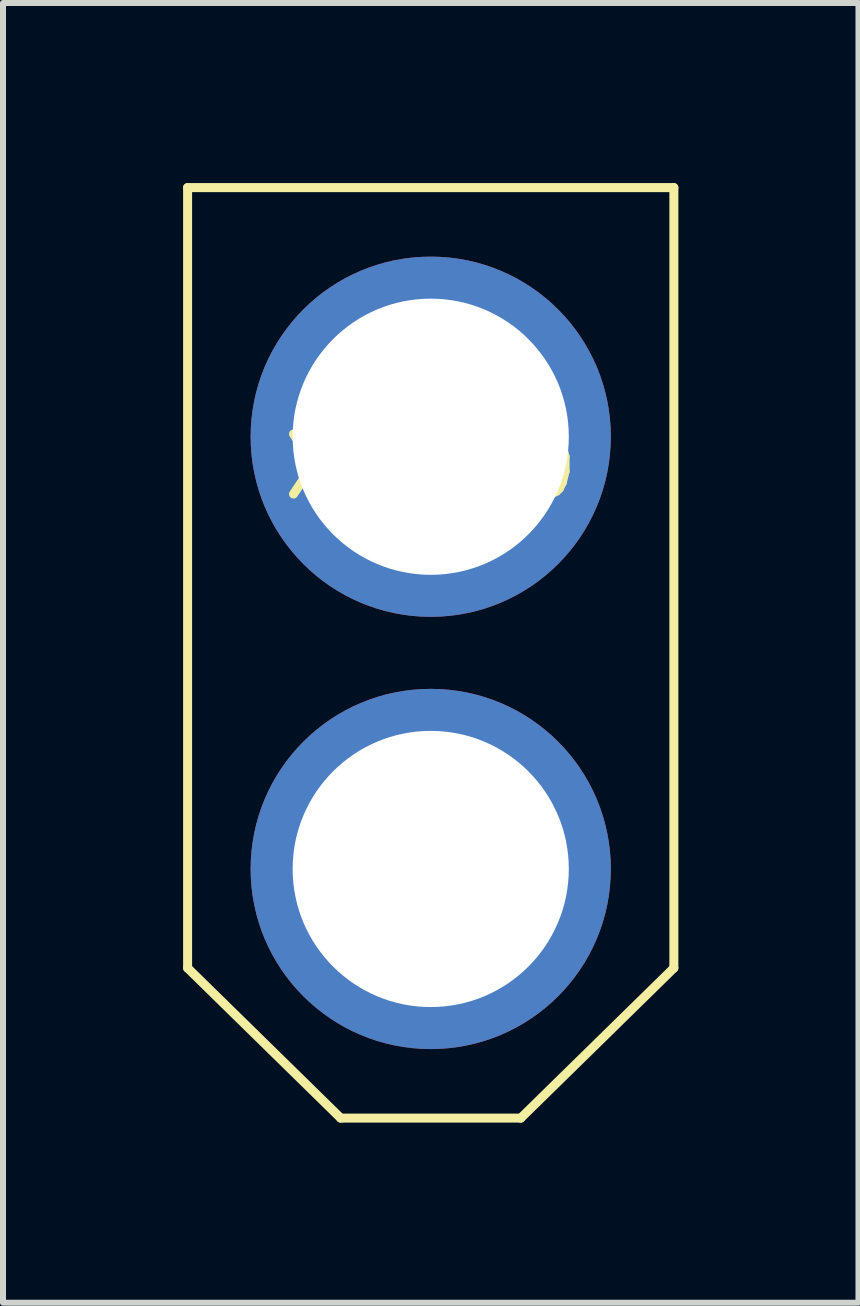
<source format=kicad_pcb>
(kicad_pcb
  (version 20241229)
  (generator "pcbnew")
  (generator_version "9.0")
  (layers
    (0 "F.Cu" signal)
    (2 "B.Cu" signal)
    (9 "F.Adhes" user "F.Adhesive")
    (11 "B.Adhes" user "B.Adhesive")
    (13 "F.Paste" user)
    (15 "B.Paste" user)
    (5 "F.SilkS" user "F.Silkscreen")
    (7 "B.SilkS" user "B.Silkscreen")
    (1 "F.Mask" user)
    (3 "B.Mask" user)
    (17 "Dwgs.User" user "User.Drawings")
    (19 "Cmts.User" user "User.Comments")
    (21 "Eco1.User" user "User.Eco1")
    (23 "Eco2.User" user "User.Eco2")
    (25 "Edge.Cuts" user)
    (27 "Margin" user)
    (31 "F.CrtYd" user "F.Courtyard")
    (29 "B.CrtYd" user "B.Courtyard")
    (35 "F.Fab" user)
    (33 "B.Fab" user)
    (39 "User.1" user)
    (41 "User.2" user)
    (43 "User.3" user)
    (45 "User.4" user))
  (footprint "XT-60"
    (layer "F.Cu")
    (at 4.125 4.225)
    (property "Reference" "XT-60" (at 0 0.5 0) (layer "F.SilkS") (effects (font (size 1 1) (thickness 0.15))))
    (attr through_hole)
    (fp_line (start -4.05 -4.15) (end -4.05 8.85) (stroke (width 0.15) (type solid)) (layer "F.SilkS"))
    (fp_line (start -4.05 -4.15) (end 4.05 -4.15) (stroke (width 0.15) (type solid)) (layer "F.SilkS"))
    (fp_line (start -4.05 8.85) (end -1.5 11.35) (stroke (width 0.15) (type solid)) (layer "F.SilkS"))
    (fp_line (start -1.5 11.35) (end 1.5 11.35) (stroke (width 0.15) (type solid)) (layer "F.SilkS"))
    (fp_line (start 1.5 11.35) (end 4.05 8.85) (stroke (width 0.15) (type solid)) (layer "F.SilkS"))
    (fp_line (start 4.05 -4.15) (end 4.05 8.85) (stroke (width 0.15) (type solid)) (layer "F.SilkS"))
    (pad "1" thru_hole circle (at 0 0) (size 6 6) (drill 4.6) (layers "*.Cu" "*.Mask"))
    (pad "2" thru_hole circle (at 0 7.2) (size 6 6) (drill 4.6) (layers "*.Cu" "*.Mask")))
  (gr_rect
    (start -3 -3)
    (end 11.25 18.65)
    (stroke (width 0.1) (type default))
    (fill no)
    (layer "Edge.Cuts")))
</source>
